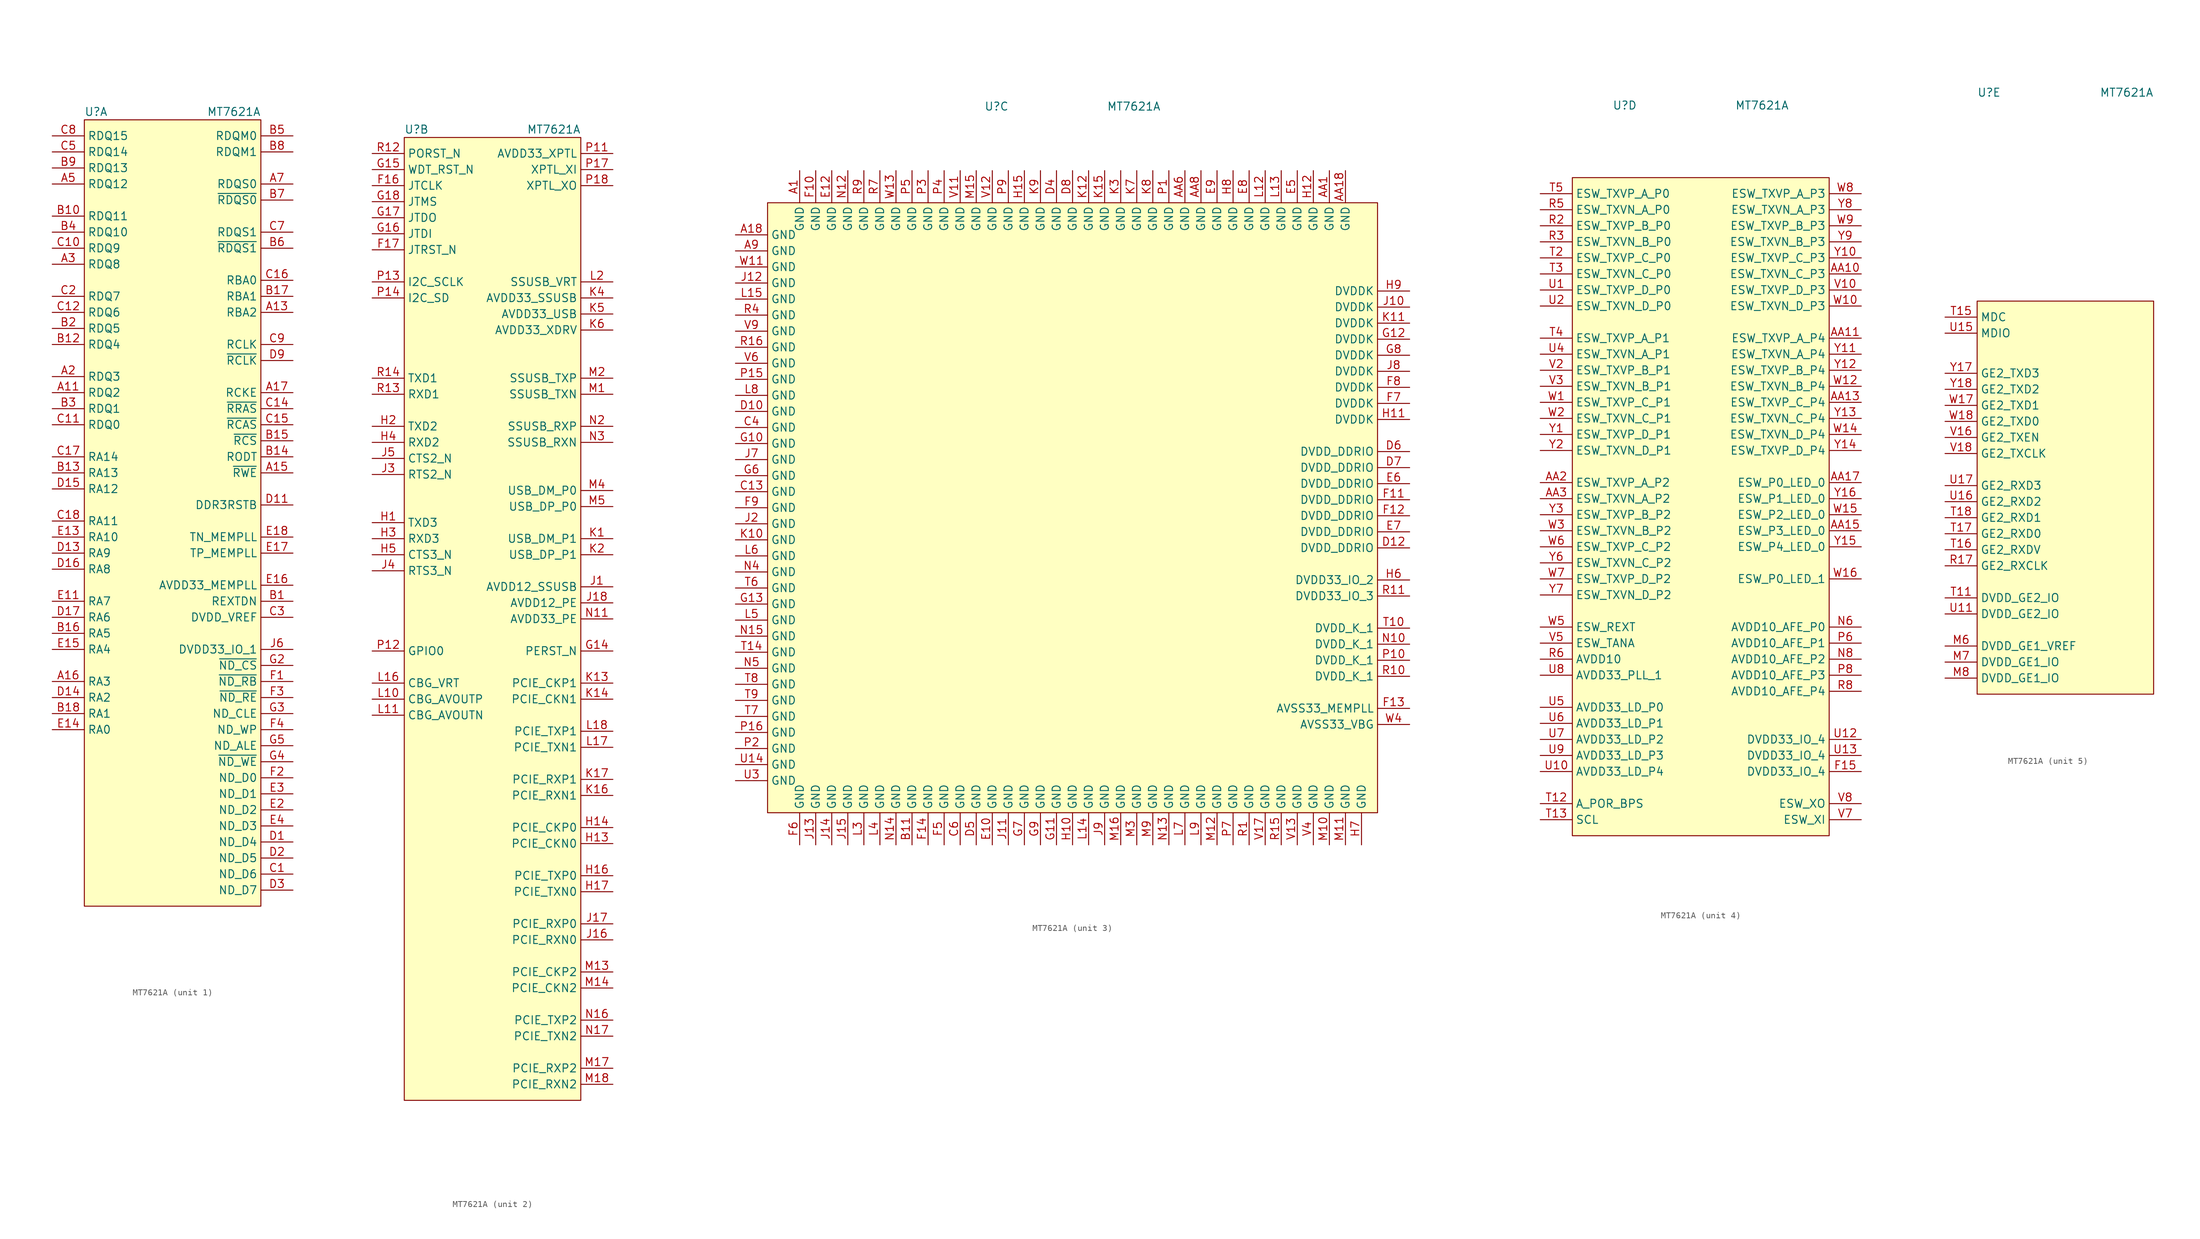
<source format=kicad_sym>
(kicad_symbol_lib
  (version 20231120)
  (generator "kicad_symbol_editor")
  (generator_version "8.0")
  (symbol "MT7621A"
    (property "Reference" "U"
      (at -13.97 63.5 0)
      (effects (font (size 1.27 1.27)) (justify left)))
    (property "Value" "MT7621A"
      (at 13.97 63.5 0)
      (effects (font (size 1.27 1.27)) (justify right)))
    (property "ki_locked" ""
      (at 0 0 0)
      (effects (font (size 1.27 1.27))))
    (symbol "MT7621A_1_1"
      (rectangle (start -13.97 62.23) (end 13.97 -62.23) (stroke (width 0) (type default)) (fill (type background)))
      (pin bidirectional line (at -19.05 19.05 0) (length 5.08) (name "RDQ2" (effects (font (size 1.27 1.27)))) (number "A11" (effects (font (size 1.27 1.27)))))
      (pin output line (at 19.05 31.75 180) (length 5.08) (name "RBA2" (effects (font (size 1.27 1.27)))) (number "A13" (effects (font (size 1.27 1.27)))))
      (pin output line (at 19.05 6.35 180) (length 5.08) (name "~{RWE}" (effects (font (size 1.27 1.27)))) (number "A15" (effects (font (size 1.27 1.27)))))
      (pin output line (at -19.05 -26.67 0) (length 5.08) (name "RA3" (effects (font (size 1.27 1.27)))) (number "A16" (effects (font (size 1.27 1.27)))))
      (pin output line (at 19.05 19.05 180) (length 5.08) (name "RCKE" (effects (font (size 1.27 1.27)))) (number "A17" (effects (font (size 1.27 1.27)))))
      (pin bidirectional line (at -19.05 21.59 0) (length 5.08) (name "RDQ3" (effects (font (size 1.27 1.27)))) (number "A2" (effects (font (size 1.27 1.27)))))
      (pin bidirectional line (at -19.05 39.37 0) (length 5.08) (name "RDQ8" (effects (font (size 1.27 1.27)))) (number "A3" (effects (font (size 1.27 1.27)))))
      (pin bidirectional line (at -19.05 52.07 0) (length 5.08) (name "RDQ12" (effects (font (size 1.27 1.27)))) (number "A5" (effects (font (size 1.27 1.27)))))
      (pin bidirectional line (at 19.05 52.07 180) (length 5.08) (name "RDQS0" (effects (font (size 1.27 1.27)))) (number "A7" (effects (font (size 1.27 1.27)))))
      (pin unspecified line (at 19.05 -13.97 180) (length 5.08) (name "REXTDN" (effects (font (size 1.27 1.27)))) (number "B1" (effects (font (size 1.27 1.27)))))
      (pin output line (at -19.05 46.99 0) (length 5.08) (name "RDQ11" (effects (font (size 1.27 1.27)))) (number "B10" (effects (font (size 1.27 1.27)))))
      (pin bidirectional line (at -19.05 26.67 0) (length 5.08) (name "RDQ4" (effects (font (size 1.27 1.27)))) (number "B12" (effects (font (size 1.27 1.27)))))
      (pin output line (at -19.05 6.35 0) (length 5.08) (name "RA13" (effects (font (size 1.27 1.27)))) (number "B13" (effects (font (size 1.27 1.27)))))
      (pin output line (at 19.05 8.89 180) (length 5.08) (name "RODT" (effects (font (size 1.27 1.27)))) (number "B14" (effects (font (size 1.27 1.27)))))
      (pin output line (at 19.05 11.43 180) (length 5.08) (name "~{RCS}" (effects (font (size 1.27 1.27)))) (number "B15" (effects (font (size 1.27 1.27)))))
      (pin output line (at -19.05 -19.05 0) (length 5.08) (name "RA5" (effects (font (size 1.27 1.27)))) (number "B16" (effects (font (size 1.27 1.27)))))
      (pin output line (at 19.05 34.29 180) (length 5.08) (name "RBA1" (effects (font (size 1.27 1.27)))) (number "B17" (effects (font (size 1.27 1.27)))))
      (pin output line (at -19.05 -31.75 0) (length 5.08) (name "RA1" (effects (font (size 1.27 1.27)))) (number "B18" (effects (font (size 1.27 1.27)))))
      (pin bidirectional line (at -19.05 29.21 0) (length 5.08) (name "RDQ5" (effects (font (size 1.27 1.27)))) (number "B2" (effects (font (size 1.27 1.27)))))
      (pin bidirectional line (at -19.05 16.51 0) (length 5.08) (name "RDQ1" (effects (font (size 1.27 1.27)))) (number "B3" (effects (font (size 1.27 1.27)))))
      (pin bidirectional line (at -19.05 44.45 0) (length 5.08) (name "RDQ10" (effects (font (size 1.27 1.27)))) (number "B4" (effects (font (size 1.27 1.27)))))
      (pin output line (at 19.05 59.69 180) (length 5.08) (name "RDQM0" (effects (font (size 1.27 1.27)))) (number "B5" (effects (font (size 1.27 1.27)))))
      (pin bidirectional line (at 19.05 41.91 180) (length 5.08) (name "~{RDQS1}" (effects (font (size 1.27 1.27)))) (number "B6" (effects (font (size 1.27 1.27)))))
      (pin bidirectional line (at 19.05 49.53 180) (length 5.08) (name "~{RDQS0}" (effects (font (size 1.27 1.27)))) (number "B7" (effects (font (size 1.27 1.27)))))
      (pin output line (at 19.05 57.15 180) (length 5.08) (name "RDQM1" (effects (font (size 1.27 1.27)))) (number "B8" (effects (font (size 1.27 1.27)))))
      (pin bidirectional line (at -19.05 54.61 0) (length 5.08) (name "RDQ13" (effects (font (size 1.27 1.27)))) (number "B9" (effects (font (size 1.27 1.27)))))
      (pin bidirectional line (at 19.05 -57.15 180) (length 5.08) (name "ND_D6" (effects (font (size 1.27 1.27)))) (number "C1" (effects (font (size 1.27 1.27)))))
      (pin bidirectional line (at -19.05 41.91 0) (length 5.08) (name "RDQ9" (effects (font (size 1.27 1.27)))) (number "C10" (effects (font (size 1.27 1.27)))))
      (pin bidirectional line (at -19.05 13.97 0) (length 5.08) (name "RDQ0" (effects (font (size 1.27 1.27)))) (number "C11" (effects (font (size 1.27 1.27)))))
      (pin bidirectional line (at -19.05 31.75 0) (length 5.08) (name "RDQ6" (effects (font (size 1.27 1.27)))) (number "C12" (effects (font (size 1.27 1.27)))))
      (pin output line (at 19.05 16.51 180) (length 5.08) (name "~{RRAS}" (effects (font (size 1.27 1.27)))) (number "C14" (effects (font (size 1.27 1.27)))))
      (pin output line (at 19.05 13.97 180) (length 5.08) (name "~{RCAS}" (effects (font (size 1.27 1.27)))) (number "C15" (effects (font (size 1.27 1.27)))))
      (pin output line (at 19.05 36.83 180) (length 5.08) (name "RBA0" (effects (font (size 1.27 1.27)))) (number "C16" (effects (font (size 1.27 1.27)))))
      (pin output line (at -19.05 8.89 0) (length 5.08) (name "RA14" (effects (font (size 1.27 1.27)))) (number "C17" (effects (font (size 1.27 1.27)))))
      (pin output line (at -19.05 -1.27 0) (length 5.08) (name "RA11" (effects (font (size 1.27 1.27)))) (number "C18" (effects (font (size 1.27 1.27)))))
      (pin bidirectional line (at -19.05 34.29 0) (length 5.08) (name "RDQ7" (effects (font (size 1.27 1.27)))) (number "C2" (effects (font (size 1.27 1.27)))))
      (pin power_in line (at 19.05 -16.51 180) (length 5.08) (name "DVDD_VREF" (effects (font (size 1.27 1.27)))) (number "C3" (effects (font (size 1.27 1.27)))))
      (pin bidirectional line (at -19.05 57.15 0) (length 5.08) (name "RDQ14" (effects (font (size 1.27 1.27)))) (number "C5" (effects (font (size 1.27 1.27)))))
      (pin bidirectional line (at 19.05 44.45 180) (length 5.08) (name "RDQS1" (effects (font (size 1.27 1.27)))) (number "C7" (effects (font (size 1.27 1.27)))))
      (pin bidirectional line (at -19.05 59.69 0) (length 5.08) (name "RDQ15" (effects (font (size 1.27 1.27)))) (number "C8" (effects (font (size 1.27 1.27)))))
      (pin output line (at 19.05 26.67 180) (length 5.08) (name "RCLK" (effects (font (size 1.27 1.27)))) (number "C9" (effects (font (size 1.27 1.27)))))
      (pin bidirectional line (at 19.05 -52.07 180) (length 5.08) (name "ND_D4" (effects (font (size 1.27 1.27)))) (number "D1" (effects (font (size 1.27 1.27)))))
      (pin output line (at 19.05 1.27 180) (length 5.08) (name "DDR3RSTB" (effects (font (size 1.27 1.27)))) (number "D11" (effects (font (size 1.27 1.27)))))
      (pin output line (at -19.05 -6.35 0) (length 5.08) (name "RA9" (effects (font (size 1.27 1.27)))) (number "D13" (effects (font (size 1.27 1.27)))))
      (pin output line (at -19.05 -29.21 0) (length 5.08) (name "RA2" (effects (font (size 1.27 1.27)))) (number "D14" (effects (font (size 1.27 1.27)))))
      (pin output line (at -19.05 3.81 0) (length 5.08) (name "RA12" (effects (font (size 1.27 1.27)))) (number "D15" (effects (font (size 1.27 1.27)))))
      (pin output line (at -19.05 -8.89 0) (length 5.08) (name "RA8" (effects (font (size 1.27 1.27)))) (number "D16" (effects (font (size 1.27 1.27)))))
      (pin output line (at -19.05 -16.51 0) (length 5.08) (name "RA6" (effects (font (size 1.27 1.27)))) (number "D17" (effects (font (size 1.27 1.27)))))
      (pin bidirectional line (at 19.05 -54.61 180) (length 5.08) (name "ND_D5" (effects (font (size 1.27 1.27)))) (number "D2" (effects (font (size 1.27 1.27)))))
      (pin bidirectional line (at 19.05 -59.69 180) (length 5.08) (name "ND_D7" (effects (font (size 1.27 1.27)))) (number "D3" (effects (font (size 1.27 1.27)))))
      (pin output line (at 19.05 24.13 180) (length 5.08) (name "~{RCLK}" (effects (font (size 1.27 1.27)))) (number "D9" (effects (font (size 1.27 1.27)))))
      (pin output line (at -19.05 -13.97 0) (length 5.08) (name "RA7" (effects (font (size 1.27 1.27)))) (number "E11" (effects (font (size 1.27 1.27)))))
      (pin output line (at -19.05 -3.81 0) (length 5.08) (name "RA10" (effects (font (size 1.27 1.27)))) (number "E13" (effects (font (size 1.27 1.27)))))
      (pin output line (at -19.05 -34.29 0) (length 5.08) (name "RA0" (effects (font (size 1.27 1.27)))) (number "E14" (effects (font (size 1.27 1.27)))))
      (pin output line (at -19.05 -21.59 0) (length 5.08) (name "RA4" (effects (font (size 1.27 1.27)))) (number "E15" (effects (font (size 1.27 1.27)))))
      (pin power_in line (at 19.05 -11.43 180) (length 5.08) (name "AVDD33_MEMPLL" (effects (font (size 1.27 1.27)))) (number "E16" (effects (font (size 1.27 1.27)))))
      (pin unspecified line (at 19.05 -6.35 180) (length 5.08) (name "TP_MEMPLL" (effects (font (size 1.27 1.27)))) (number "E17" (effects (font (size 1.27 1.27)))))
      (pin unspecified line (at 19.05 -3.81 180) (length 5.08) (name "TN_MEMPLL" (effects (font (size 1.27 1.27)))) (number "E18" (effects (font (size 1.27 1.27)))))
      (pin bidirectional line (at 19.05 -46.99 180) (length 5.08) (name "ND_D2" (effects (font (size 1.27 1.27)))) (number "E2" (effects (font (size 1.27 1.27)))))
      (pin bidirectional line (at 19.05 -44.45 180) (length 5.08) (name "ND_D1" (effects (font (size 1.27 1.27)))) (number "E3" (effects (font (size 1.27 1.27)))))
      (pin bidirectional line (at 19.05 -49.53 180) (length 5.08) (name "ND_D3" (effects (font (size 1.27 1.27)))) (number "E4" (effects (font (size 1.27 1.27)))))
      (pin input line (at 19.05 -26.67 180) (length 5.08) (name "~{ND_RB}" (effects (font (size 1.27 1.27)))) (number "F1" (effects (font (size 1.27 1.27)))))
      (pin bidirectional line (at 19.05 -41.91 180) (length 5.08) (name "ND_D0" (effects (font (size 1.27 1.27)))) (number "F2" (effects (font (size 1.27 1.27)))))
      (pin output line (at 19.05 -29.21 180) (length 5.08) (name "~{ND_RE}" (effects (font (size 1.27 1.27)))) (number "F3" (effects (font (size 1.27 1.27)))))
      (pin output line (at 19.05 -34.29 180) (length 5.08) (name "ND_WP" (effects (font (size 1.27 1.27)))) (number "F4" (effects (font (size 1.27 1.27)))))
      (pin output line (at 19.05 -24.13 180) (length 5.08) (name "~{ND_CS}" (effects (font (size 1.27 1.27)))) (number "G2" (effects (font (size 1.27 1.27)))))
      (pin output line (at 19.05 -31.75 180) (length 5.08) (name "ND_CLE" (effects (font (size 1.27 1.27)))) (number "G3" (effects (font (size 1.27 1.27)))))
      (pin output line (at 19.05 -39.37 180) (length 5.08) (name "~{ND_WE}" (effects (font (size 1.27 1.27)))) (number "G4" (effects (font (size 1.27 1.27)))))
      (pin output line (at 19.05 -36.83 180) (length 5.08) (name "ND_ALE" (effects (font (size 1.27 1.27)))) (number "G5" (effects (font (size 1.27 1.27)))))
      (pin power_in line (at 19.05 -21.59 180) (length 5.08) (name "DVDD33_IO_1" (effects (font (size 1.27 1.27)))) (number "J6" (effects (font (size 1.27 1.27))))))
    (symbol "MT7621A_2_1"
      (rectangle (start -13.97 62.23) (end 13.97 -90.17) (stroke (width 0) (type default)) (fill (type background)))
      (pin bidirectional line (at -19.05 54.61 0) (length 5.08) (name "JTCLK" (effects (font (size 1.27 1.27)))) (number "F16" (effects (font (size 1.27 1.27)))))
      (pin bidirectional line (at -19.05 44.45 0) (length 5.08) (name "JTRST_N" (effects (font (size 1.27 1.27)))) (number "F17" (effects (font (size 1.27 1.27)))))
      (pin output line (at 19.05 -19.05 180) (length 5.08) (name "PERST_N" (effects (font (size 1.27 1.27)))) (number "G14" (effects (font (size 1.27 1.27)))))
      (pin output line (at -19.05 57.15 0) (length 5.08) (name "WDT_RST_N" (effects (font (size 1.27 1.27)))) (number "G15" (effects (font (size 1.27 1.27)))))
      (pin bidirectional line (at -19.05 46.99 0) (length 5.08) (name "JTDI" (effects (font (size 1.27 1.27)))) (number "G16" (effects (font (size 1.27 1.27)))))
      (pin output line (at -19.05 49.53 0) (length 5.08) (name "JTDO" (effects (font (size 1.27 1.27)))) (number "G17" (effects (font (size 1.27 1.27)))))
      (pin bidirectional line (at -19.05 52.07 0) (length 5.08) (name "JTMS" (effects (font (size 1.27 1.27)))) (number "G18" (effects (font (size 1.27 1.27)))))
      (pin output line (at -19.05 1.27 0) (length 5.08) (name "TXD3" (effects (font (size 1.27 1.27)))) (number "H1" (effects (font (size 1.27 1.27)))))
      (pin output line (at 19.05 -49.53 180) (length 5.08) (name "PCIE_CKN0" (effects (font (size 1.27 1.27)))) (number "H13" (effects (font (size 1.27 1.27)))))
      (pin output line (at 19.05 -46.99 180) (length 5.08) (name "PCIE_CKP0" (effects (font (size 1.27 1.27)))) (number "H14" (effects (font (size 1.27 1.27)))))
      (pin output line (at 19.05 -54.61 180) (length 5.08) (name "PCIE_TXP0" (effects (font (size 1.27 1.27)))) (number "H16" (effects (font (size 1.27 1.27)))))
      (pin output line (at 19.05 -57.15 180) (length 5.08) (name "PCIE_TXN0" (effects (font (size 1.27 1.27)))) (number "H17" (effects (font (size 1.27 1.27)))))
      (pin output line (at -19.05 16.51 0) (length 5.08) (name "TXD2" (effects (font (size 1.27 1.27)))) (number "H2" (effects (font (size 1.27 1.27)))))
      (pin input line (at -19.05 -1.27 0) (length 5.08) (name "RXD3" (effects (font (size 1.27 1.27)))) (number "H3" (effects (font (size 1.27 1.27)))))
      (pin input line (at -19.05 13.97 0) (length 5.08) (name "RXD2" (effects (font (size 1.27 1.27)))) (number "H4" (effects (font (size 1.27 1.27)))))
      (pin input line (at -19.05 -3.81 0) (length 5.08) (name "CTS3_N" (effects (font (size 1.27 1.27)))) (number "H5" (effects (font (size 1.27 1.27)))))
      (pin power_in line (at 19.05 -8.89 180) (length 5.08) (name "AVDD12_SSUSB" (effects (font (size 1.27 1.27)))) (number "J1" (effects (font (size 1.27 1.27)))))
      (pin input line (at 19.05 -64.77 180) (length 5.08) (name "PCIE_RXN0" (effects (font (size 1.27 1.27)))) (number "J16" (effects (font (size 1.27 1.27)))))
      (pin input line (at 19.05 -62.23 180) (length 5.08) (name "PCIE_RXP0" (effects (font (size 1.27 1.27)))) (number "J17" (effects (font (size 1.27 1.27)))))
      (pin power_in line (at 19.05 -11.43 180) (length 5.08) (name "AVDD12_PE" (effects (font (size 1.27 1.27)))) (number "J18" (effects (font (size 1.27 1.27)))))
      (pin output line (at -19.05 8.89 0) (length 5.08) (name "RTS2_N" (effects (font (size 1.27 1.27)))) (number "J3" (effects (font (size 1.27 1.27)))))
      (pin output line (at -19.05 -6.35 0) (length 5.08) (name "RTS3_N" (effects (font (size 1.27 1.27)))) (number "J4" (effects (font (size 1.27 1.27)))))
      (pin input line (at -19.05 11.43 0) (length 5.08) (name "CTS2_N" (effects (font (size 1.27 1.27)))) (number "J5" (effects (font (size 1.27 1.27)))))
      (pin bidirectional line (at 19.05 -1.27 180) (length 5.08) (name "USB_DM_P1" (effects (font (size 1.27 1.27)))) (number "K1" (effects (font (size 1.27 1.27)))))
      (pin output line (at 19.05 -24.13 180) (length 5.08) (name "PCIE_CKP1" (effects (font (size 1.27 1.27)))) (number "K13" (effects (font (size 1.27 1.27)))))
      (pin output line (at 19.05 -26.67 180) (length 5.08) (name "PCIE_CKN1" (effects (font (size 1.27 1.27)))) (number "K14" (effects (font (size 1.27 1.27)))))
      (pin input line (at 19.05 -41.91 180) (length 5.08) (name "PCIE_RXN1" (effects (font (size 1.27 1.27)))) (number "K16" (effects (font (size 1.27 1.27)))))
      (pin input line (at 19.05 -39.37 180) (length 5.08) (name "PCIE_RXP1" (effects (font (size 1.27 1.27)))) (number "K17" (effects (font (size 1.27 1.27)))))
      (pin bidirectional line (at 19.05 -3.81 180) (length 5.08) (name "USB_DP_P1" (effects (font (size 1.27 1.27)))) (number "K2" (effects (font (size 1.27 1.27)))))
      (pin power_in line (at 19.05 36.83 180) (length 5.08) (name "AVDD33_SSUSB" (effects (font (size 1.27 1.27)))) (number "K4" (effects (font (size 1.27 1.27)))))
      (pin power_in line (at 19.05 34.29 180) (length 5.08) (name "AVDD33_USB" (effects (font (size 1.27 1.27)))) (number "K5" (effects (font (size 1.27 1.27)))))
      (pin power_in line (at 19.05 31.75 180) (length 5.08) (name "AVDD33_XDRV" (effects (font (size 1.27 1.27)))) (number "K6" (effects (font (size 1.27 1.27)))))
      (pin unspecified line (at -19.05 -26.67 0) (length 5.08) (name "CBG_AVOUTP" (effects (font (size 1.27 1.27)))) (number "L10" (effects (font (size 1.27 1.27)))))
      (pin unspecified line (at -19.05 -29.21 0) (length 5.08) (name "CBG_AVOUTN" (effects (font (size 1.27 1.27)))) (number "L11" (effects (font (size 1.27 1.27)))))
      (pin unspecified line (at -19.05 -24.13 0) (length 5.08) (name "CBG_VRT" (effects (font (size 1.27 1.27)))) (number "L16" (effects (font (size 1.27 1.27)))))
      (pin output line (at 19.05 -34.29 180) (length 5.08) (name "PCIE_TXN1" (effects (font (size 1.27 1.27)))) (number "L17" (effects (font (size 1.27 1.27)))))
      (pin output line (at 19.05 -31.75 180) (length 5.08) (name "PCIE_TXP1" (effects (font (size 1.27 1.27)))) (number "L18" (effects (font (size 1.27 1.27)))))
      (pin bidirectional line (at 19.05 39.37 180) (length 5.08) (name "SSUSB_VRT" (effects (font (size 1.27 1.27)))) (number "L2" (effects (font (size 1.27 1.27)))))
      (pin bidirectional line (at 19.05 21.59 180) (length 5.08) (name "SSUSB_TXN" (effects (font (size 1.27 1.27)))) (number "M1" (effects (font (size 1.27 1.27)))))
      (pin output line (at 19.05 -69.85 180) (length 5.08) (name "PCIE_CKP2" (effects (font (size 1.27 1.27)))) (number "M13" (effects (font (size 1.27 1.27)))))
      (pin output line (at 19.05 -72.39 180) (length 5.08) (name "PCIE_CKN2" (effects (font (size 1.27 1.27)))) (number "M14" (effects (font (size 1.27 1.27)))))
      (pin input line (at 19.05 -85.09 180) (length 5.08) (name "PCIE_RXP2" (effects (font (size 1.27 1.27)))) (number "M17" (effects (font (size 1.27 1.27)))))
      (pin input line (at 19.05 -87.63 180) (length 5.08) (name "PCIE_RXN2" (effects (font (size 1.27 1.27)))) (number "M18" (effects (font (size 1.27 1.27)))))
      (pin bidirectional line (at 19.05 24.13 180) (length 5.08) (name "SSUSB_TXP" (effects (font (size 1.27 1.27)))) (number "M2" (effects (font (size 1.27 1.27)))))
      (pin bidirectional line (at 19.05 6.35 180) (length 5.08) (name "USB_DM_P0" (effects (font (size 1.27 1.27)))) (number "M4" (effects (font (size 1.27 1.27)))))
      (pin bidirectional line (at 19.05 3.81 180) (length 5.08) (name "USB_DP_P0" (effects (font (size 1.27 1.27)))) (number "M5" (effects (font (size 1.27 1.27)))))
      (pin power_in line (at 19.05 -13.97 180) (length 5.08) (name "AVDD33_PE" (effects (font (size 1.27 1.27)))) (number "N11" (effects (font (size 1.27 1.27)))))
      (pin output line (at 19.05 -77.47 180) (length 5.08) (name "PCIE_TXP2" (effects (font (size 1.27 1.27)))) (number "N16" (effects (font (size 1.27 1.27)))))
      (pin output line (at 19.05 -80.01 180) (length 5.08) (name "PCIE_TXN2" (effects (font (size 1.27 1.27)))) (number "N17" (effects (font (size 1.27 1.27)))))
      (pin bidirectional line (at 19.05 16.51 180) (length 5.08) (name "SSUSB_RXP" (effects (font (size 1.27 1.27)))) (number "N2" (effects (font (size 1.27 1.27)))))
      (pin bidirectional line (at 19.05 13.97 180) (length 5.08) (name "SSUSB_RXN" (effects (font (size 1.27 1.27)))) (number "N3" (effects (font (size 1.27 1.27)))))
      (pin power_in line (at 19.05 59.69 180) (length 5.08) (name "AVDD33_XPTL" (effects (font (size 1.27 1.27)))) (number "P11" (effects (font (size 1.27 1.27)))))
      (pin output line (at -19.05 -19.05 0) (length 5.08) (name "GPIO0" (effects (font (size 1.27 1.27)))) (number "P12" (effects (font (size 1.27 1.27)))))
      (pin bidirectional line (at -19.05 39.37 0) (length 5.08) (name "I2C_SCLK" (effects (font (size 1.27 1.27)))) (number "P13" (effects (font (size 1.27 1.27)))))
      (pin output line (at -19.05 36.83 0) (length 5.08) (name "I2C_SD" (effects (font (size 1.27 1.27)))) (number "P14" (effects (font (size 1.27 1.27)))))
      (pin input line (at 19.05 57.15 180) (length 5.08) (name "XPTL_XI" (effects (font (size 1.27 1.27)))) (number "P17" (effects (font (size 1.27 1.27)))))
      (pin input line (at 19.05 54.61 180) (length 5.08) (name "XPTL_XO" (effects (font (size 1.27 1.27)))) (number "P18" (effects (font (size 1.27 1.27)))))
      (pin input line (at -19.05 59.69 0) (length 5.08) (name "PORST_N" (effects (font (size 1.27 1.27)))) (number "R12" (effects (font (size 1.27 1.27)))))
      (pin input line (at -19.05 21.59 0) (length 5.08) (name "RXD1" (effects (font (size 1.27 1.27)))) (number "R13" (effects (font (size 1.27 1.27)))))
      (pin output line (at -19.05 24.13 0) (length 5.08) (name "TXD1" (effects (font (size 1.27 1.27)))) (number "R14" (effects (font (size 1.27 1.27))))))
    (symbol "MT7621A_3_1"
      (rectangle (start -48.26 48.26) (end 48.26 -48.26) (stroke (width 0) (type default)) (fill (type background)))
      (pin power_in line (at -43.18 53.34 270) (length 5.08) (name "GND" (effects (font (size 1.27 1.27)))) (number "A1" (effects (font (size 1.27 1.27)))))
      (pin power_in line (at -53.34 43.18 0) (length 5.08) (name "GND" (effects (font (size 1.27 1.27)))) (number "A18" (effects (font (size 1.27 1.27)))))
      (pin power_in line (at -53.34 40.64 0) (length 5.08) (name "GND" (effects (font (size 1.27 1.27)))) (number "A9" (effects (font (size 1.27 1.27)))))
      (pin power_in line (at 40.64 53.34 270) (length 5.08) (name "GND" (effects (font (size 1.27 1.27)))) (number "AA1" (effects (font (size 1.27 1.27)))))
      (pin power_in line (at 43.18 53.34 270) (length 5.08) (name "GND" (effects (font (size 1.27 1.27)))) (number "AA18" (effects (font (size 1.27 1.27)))))
      (pin power_in line (at 17.78 53.34 270) (length 5.08) (name "GND" (effects (font (size 1.27 1.27)))) (number "AA6" (effects (font (size 1.27 1.27)))))
      (pin power_in line (at 20.32 53.34 270) (length 5.08) (name "GND" (effects (font (size 1.27 1.27)))) (number "AA8" (effects (font (size 1.27 1.27)))))
      (pin power_in line (at -25.4 -53.34 90) (length 5.08) (name "GND" (effects (font (size 1.27 1.27)))) (number "B11" (effects (font (size 1.27 1.27)))))
      (pin power_in line (at -53.34 2.54 0) (length 5.08) (name "GND" (effects (font (size 1.27 1.27)))) (number "C13" (effects (font (size 1.27 1.27)))))
      (pin power_in line (at -53.34 12.7 0) (length 5.08) (name "GND" (effects (font (size 1.27 1.27)))) (number "C4" (effects (font (size 1.27 1.27)))))
      (pin power_in line (at -17.78 -53.34 90) (length 5.08) (name "GND" (effects (font (size 1.27 1.27)))) (number "C6" (effects (font (size 1.27 1.27)))))
      (pin power_in line (at -53.34 15.24 0) (length 5.08) (name "GND" (effects (font (size 1.27 1.27)))) (number "D10" (effects (font (size 1.27 1.27)))))
      (pin power_in line (at 53.34 -6.35 180) (length 5.08) (name "DVDD_DDRIO" (effects (font (size 1.27 1.27)))) (number "D12" (effects (font (size 1.27 1.27)))))
      (pin power_in line (at -2.54 53.34 270) (length 5.08) (name "GND" (effects (font (size 1.27 1.27)))) (number "D4" (effects (font (size 1.27 1.27)))))
      (pin power_in line (at -15.24 -53.34 90) (length 5.08) (name "GND" (effects (font (size 1.27 1.27)))) (number "D5" (effects (font (size 1.27 1.27)))))
      (pin power_in line (at 53.34 8.89 180) (length 5.08) (name "DVDD_DDRIO" (effects (font (size 1.27 1.27)))) (number "D6" (effects (font (size 1.27 1.27)))))
      (pin power_in line (at 53.34 6.35 180) (length 5.08) (name "DVDD_DDRIO" (effects (font (size 1.27 1.27)))) (number "D7" (effects (font (size 1.27 1.27)))))
      (pin power_in line (at 0 53.34 270) (length 5.08) (name "GND" (effects (font (size 1.27 1.27)))) (number "D8" (effects (font (size 1.27 1.27)))))
      (pin power_in line (at -12.7 -53.34 90) (length 5.08) (name "GND" (effects (font (size 1.27 1.27)))) (number "E10" (effects (font (size 1.27 1.27)))))
      (pin power_in line (at -38.1 53.34 270) (length 5.08) (name "GND" (effects (font (size 1.27 1.27)))) (number "E12" (effects (font (size 1.27 1.27)))))
      (pin power_in line (at 35.56 53.34 270) (length 5.08) (name "GND" (effects (font (size 1.27 1.27)))) (number "E5" (effects (font (size 1.27 1.27)))))
      (pin power_in line (at 53.34 3.81 180) (length 5.08) (name "DVDD_DDRIO" (effects (font (size 1.27 1.27)))) (number "E6" (effects (font (size 1.27 1.27)))))
      (pin power_in line (at 53.34 -3.81 180) (length 5.08) (name "DVDD_DDRIO" (effects (font (size 1.27 1.27)))) (number "E7" (effects (font (size 1.27 1.27)))))
      (pin power_in line (at 27.94 53.34 270) (length 5.08) (name "GND" (effects (font (size 1.27 1.27)))) (number "E8" (effects (font (size 1.27 1.27)))))
      (pin power_in line (at 22.86 53.34 270) (length 5.08) (name "GND" (effects (font (size 1.27 1.27)))) (number "E9" (effects (font (size 1.27 1.27)))))
      (pin power_in line (at -40.64 53.34 270) (length 5.08) (name "GND" (effects (font (size 1.27 1.27)))) (number "F10" (effects (font (size 1.27 1.27)))))
      (pin power_in line (at 53.34 1.27 180) (length 5.08) (name "DVDD_DDRIO" (effects (font (size 1.27 1.27)))) (number "F11" (effects (font (size 1.27 1.27)))))
      (pin power_in line (at 53.34 -1.27 180) (length 5.08) (name "DVDD_DDRIO" (effects (font (size 1.27 1.27)))) (number "F12" (effects (font (size 1.27 1.27)))))
      (pin power_in line (at 53.34 -31.75 180) (length 5.08) (name "AVSS33_MEMPLL" (effects (font (size 1.27 1.27)))) (number "F13" (effects (font (size 1.27 1.27)))))
      (pin power_in line (at -22.86 -53.34 90) (length 5.08) (name "GND" (effects (font (size 1.27 1.27)))) (number "F14" (effects (font (size 1.27 1.27)))))
      (pin power_in line (at -20.32 -53.34 90) (length 5.08) (name "GND" (effects (font (size 1.27 1.27)))) (number "F5" (effects (font (size 1.27 1.27)))))
      (pin power_in line (at -43.18 -53.34 90) (length 5.08) (name "GND" (effects (font (size 1.27 1.27)))) (number "F6" (effects (font (size 1.27 1.27)))))
      (pin power_in line (at 53.34 16.51 180) (length 5.08) (name "DVDDK" (effects (font (size 1.27 1.27)))) (number "F7" (effects (font (size 1.27 1.27)))))
      (pin power_in line (at 53.34 19.05 180) (length 5.08) (name "DVDDK" (effects (font (size 1.27 1.27)))) (number "F8" (effects (font (size 1.27 1.27)))))
      (pin power_in line (at -53.34 0 0) (length 5.08) (name "GND" (effects (font (size 1.27 1.27)))) (number "F9" (effects (font (size 1.27 1.27)))))
      (pin power_in line (at -53.34 10.16 0) (length 5.08) (name "GND" (effects (font (size 1.27 1.27)))) (number "G10" (effects (font (size 1.27 1.27)))))
      (pin power_in line (at -2.54 -53.34 90) (length 5.08) (name "GND" (effects (font (size 1.27 1.27)))) (number "G11" (effects (font (size 1.27 1.27)))))
      (pin power_in line (at 53.34 26.67 180) (length 5.08) (name "DVDDK" (effects (font (size 1.27 1.27)))) (number "G12" (effects (font (size 1.27 1.27)))))
      (pin power_in line (at -53.34 -15.24 0) (length 5.08) (name "GND" (effects (font (size 1.27 1.27)))) (number "G13" (effects (font (size 1.27 1.27)))))
      (pin power_in line (at -53.34 5.08 0) (length 5.08) (name "GND" (effects (font (size 1.27 1.27)))) (number "G6" (effects (font (size 1.27 1.27)))))
      (pin power_in line (at -7.62 -53.34 90) (length 5.08) (name "GND" (effects (font (size 1.27 1.27)))) (number "G7" (effects (font (size 1.27 1.27)))))
      (pin power_in line (at 53.34 24.13 180) (length 5.08) (name "DVDDK" (effects (font (size 1.27 1.27)))) (number "G8" (effects (font (size 1.27 1.27)))))
      (pin power_in line (at -5.08 -53.34 90) (length 5.08) (name "GND" (effects (font (size 1.27 1.27)))) (number "G9" (effects (font (size 1.27 1.27)))))
      (pin power_in line (at 0 -53.34 90) (length 5.08) (name "GND" (effects (font (size 1.27 1.27)))) (number "H10" (effects (font (size 1.27 1.27)))))
      (pin power_in line (at 53.34 13.97 180) (length 5.08) (name "DVDDK" (effects (font (size 1.27 1.27)))) (number "H11" (effects (font (size 1.27 1.27)))))
      (pin power_in line (at 38.1 53.34 270) (length 5.08) (name "GND" (effects (font (size 1.27 1.27)))) (number "H12" (effects (font (size 1.27 1.27)))))
      (pin power_in line (at -7.62 53.34 270) (length 5.08) (name "GND" (effects (font (size 1.27 1.27)))) (number "H15" (effects (font (size 1.27 1.27)))))
      (pin power_in line (at 53.34 -11.43 180) (length 5.08) (name "DVDD33_IO_2" (effects (font (size 1.27 1.27)))) (number "H6" (effects (font (size 1.27 1.27)))))
      (pin power_in line (at 45.72 -53.34 90) (length 5.08) (name "GND" (effects (font (size 1.27 1.27)))) (number "H7" (effects (font (size 1.27 1.27)))))
      (pin power_in line (at 25.4 53.34 270) (length 5.08) (name "GND" (effects (font (size 1.27 1.27)))) (number "H8" (effects (font (size 1.27 1.27)))))
      (pin power_in line (at 53.34 34.29 180) (length 5.08) (name "DVDDK" (effects (font (size 1.27 1.27)))) (number "H9" (effects (font (size 1.27 1.27)))))
      (pin power_in line (at 53.34 31.75 180) (length 5.08) (name "DVDDK" (effects (font (size 1.27 1.27)))) (number "J10" (effects (font (size 1.27 1.27)))))
      (pin power_in line (at -10.16 -53.34 90) (length 5.08) (name "GND" (effects (font (size 1.27 1.27)))) (number "J11" (effects (font (size 1.27 1.27)))))
      (pin power_in line (at -53.34 35.56 0) (length 5.08) (name "GND" (effects (font (size 1.27 1.27)))) (number "J12" (effects (font (size 1.27 1.27)))))
      (pin power_in line (at -40.64 -53.34 90) (length 5.08) (name "GND" (effects (font (size 1.27 1.27)))) (number "J13" (effects (font (size 1.27 1.27)))))
      (pin power_in line (at -38.1 -53.34 90) (length 5.08) (name "GND" (effects (font (size 1.27 1.27)))) (number "J14" (effects (font (size 1.27 1.27)))))
      (pin power_in line (at -35.56 -53.34 90) (length 5.08) (name "GND" (effects (font (size 1.27 1.27)))) (number "J15" (effects (font (size 1.27 1.27)))))
      (pin power_in line (at -53.34 -2.54 0) (length 5.08) (name "GND" (effects (font (size 1.27 1.27)))) (number "J2" (effects (font (size 1.27 1.27)))))
      (pin power_in line (at -53.34 7.62 0) (length 5.08) (name "GND" (effects (font (size 1.27 1.27)))) (number "J7" (effects (font (size 1.27 1.27)))))
      (pin power_in line (at 53.34 21.59 180) (length 5.08) (name "DVDDK" (effects (font (size 1.27 1.27)))) (number "J8" (effects (font (size 1.27 1.27)))))
      (pin power_in line (at 5.08 -53.34 90) (length 5.08) (name "GND" (effects (font (size 1.27 1.27)))) (number "J9" (effects (font (size 1.27 1.27)))))
      (pin power_in line (at -53.34 -5.08 0) (length 5.08) (name "GND" (effects (font (size 1.27 1.27)))) (number "K10" (effects (font (size 1.27 1.27)))))
      (pin power_in line (at 53.34 29.21 180) (length 5.08) (name "DVDDK" (effects (font (size 1.27 1.27)))) (number "K11" (effects (font (size 1.27 1.27)))))
      (pin power_in line (at 2.54 53.34 270) (length 5.08) (name "GND" (effects (font (size 1.27 1.27)))) (number "K12" (effects (font (size 1.27 1.27)))))
      (pin power_in line (at 5.08 53.34 270) (length 5.08) (name "GND" (effects (font (size 1.27 1.27)))) (number "K15" (effects (font (size 1.27 1.27)))))
      (pin power_in line (at 7.62 53.34 270) (length 5.08) (name "GND" (effects (font (size 1.27 1.27)))) (number "K3" (effects (font (size 1.27 1.27)))))
      (pin power_in line (at 10.16 53.34 270) (length 5.08) (name "GND" (effects (font (size 1.27 1.27)))) (number "K7" (effects (font (size 1.27 1.27)))))
      (pin power_in line (at 12.7 53.34 270) (length 5.08) (name "GND" (effects (font (size 1.27 1.27)))) (number "K8" (effects (font (size 1.27 1.27)))))
      (pin power_in line (at -5.08 53.34 270) (length 5.08) (name "GND" (effects (font (size 1.27 1.27)))) (number "K9" (effects (font (size 1.27 1.27)))))
      (pin power_in line (at 30.48 53.34 270) (length 5.08) (name "GND" (effects (font (size 1.27 1.27)))) (number "L12" (effects (font (size 1.27 1.27)))))
      (pin power_in line (at 33.02 53.34 270) (length 5.08) (name "GND" (effects (font (size 1.27 1.27)))) (number "L13" (effects (font (size 1.27 1.27)))))
      (pin power_in line (at 2.54 -53.34 90) (length 5.08) (name "GND" (effects (font (size 1.27 1.27)))) (number "L14" (effects (font (size 1.27 1.27)))))
      (pin power_in line (at -53.34 33.02 0) (length 5.08) (name "GND" (effects (font (size 1.27 1.27)))) (number "L15" (effects (font (size 1.27 1.27)))))
      (pin power_in line (at -33.02 -53.34 90) (length 5.08) (name "GND" (effects (font (size 1.27 1.27)))) (number "L3" (effects (font (size 1.27 1.27)))))
      (pin power_in line (at -30.48 -53.34 90) (length 5.08) (name "GND" (effects (font (size 1.27 1.27)))) (number "L4" (effects (font (size 1.27 1.27)))))
      (pin power_in line (at -53.34 -17.78 0) (length 5.08) (name "GND" (effects (font (size 1.27 1.27)))) (number "L5" (effects (font (size 1.27 1.27)))))
      (pin power_in line (at -53.34 -7.62 0) (length 5.08) (name "GND" (effects (font (size 1.27 1.27)))) (number "L6" (effects (font (size 1.27 1.27)))))
      (pin power_in line (at 17.78 -53.34 90) (length 5.08) (name "GND" (effects (font (size 1.27 1.27)))) (number "L7" (effects (font (size 1.27 1.27)))))
      (pin power_in line (at -53.34 17.78 0) (length 5.08) (name "GND" (effects (font (size 1.27 1.27)))) (number "L8" (effects (font (size 1.27 1.27)))))
      (pin power_in line (at 20.32 -53.34 90) (length 5.08) (name "GND" (effects (font (size 1.27 1.27)))) (number "L9" (effects (font (size 1.27 1.27)))))
      (pin power_in line (at 40.64 -53.34 90) (length 5.08) (name "GND" (effects (font (size 1.27 1.27)))) (number "M10" (effects (font (size 1.27 1.27)))))
      (pin power_in line (at 43.18 -53.34 90) (length 5.08) (name "GND" (effects (font (size 1.27 1.27)))) (number "M11" (effects (font (size 1.27 1.27)))))
      (pin power_in line (at 22.86 -53.34 90) (length 5.08) (name "GND" (effects (font (size 1.27 1.27)))) (number "M12" (effects (font (size 1.27 1.27)))))
      (pin power_in line (at -15.24 53.34 270) (length 5.08) (name "GND" (effects (font (size 1.27 1.27)))) (number "M15" (effects (font (size 1.27 1.27)))))
      (pin power_in line (at 7.62 -53.34 90) (length 5.08) (name "GND" (effects (font (size 1.27 1.27)))) (number "M16" (effects (font (size 1.27 1.27)))))
      (pin power_in line (at 10.16 -53.34 90) (length 5.08) (name "GND" (effects (font (size 1.27 1.27)))) (number "M3" (effects (font (size 1.27 1.27)))))
      (pin power_in line (at 12.7 -53.34 90) (length 5.08) (name "GND" (effects (font (size 1.27 1.27)))) (number "M9" (effects (font (size 1.27 1.27)))))
      (pin power_in line (at 53.34 -21.59 180) (length 5.08) (name "DVDD_K_1" (effects (font (size 1.27 1.27)))) (number "N10" (effects (font (size 1.27 1.27)))))
      (pin power_in line (at -35.56 53.34 270) (length 5.08) (name "GND" (effects (font (size 1.27 1.27)))) (number "N12" (effects (font (size 1.27 1.27)))))
      (pin power_in line (at 15.24 -53.34 90) (length 5.08) (name "GND" (effects (font (size 1.27 1.27)))) (number "N13" (effects (font (size 1.27 1.27)))))
      (pin power_in line (at -27.94 -53.34 90) (length 5.08) (name "GND" (effects (font (size 1.27 1.27)))) (number "N14" (effects (font (size 1.27 1.27)))))
      (pin power_in line (at -53.34 -20.32 0) (length 5.08) (name "GND" (effects (font (size 1.27 1.27)))) (number "N15" (effects (font (size 1.27 1.27)))))
      (pin power_in line (at -53.34 -10.16 0) (length 5.08) (name "GND" (effects (font (size 1.27 1.27)))) (number "N4" (effects (font (size 1.27 1.27)))))
      (pin power_in line (at -53.34 -25.4 0) (length 5.08) (name "GND" (effects (font (size 1.27 1.27)))) (number "N5" (effects (font (size 1.27 1.27)))))
      (pin power_in line (at 15.24 53.34 270) (length 5.08) (name "GND" (effects (font (size 1.27 1.27)))) (number "P1" (effects (font (size 1.27 1.27)))))
      (pin power_in line (at 53.34 -24.13 180) (length 5.08) (name "DVDD_K_1" (effects (font (size 1.27 1.27)))) (number "P10" (effects (font (size 1.27 1.27)))))
      (pin power_in line (at -53.34 20.32 0) (length 5.08) (name "GND" (effects (font (size 1.27 1.27)))) (number "P15" (effects (font (size 1.27 1.27)))))
      (pin power_in line (at -53.34 -35.56 0) (length 5.08) (name "GND" (effects (font (size 1.27 1.27)))) (number "P16" (effects (font (size 1.27 1.27)))))
      (pin power_in line (at -53.34 -38.1 0) (length 5.08) (name "GND" (effects (font (size 1.27 1.27)))) (number "P2" (effects (font (size 1.27 1.27)))))
      (pin power_in line (at -22.86 53.34 270) (length 5.08) (name "GND" (effects (font (size 1.27 1.27)))) (number "P3" (effects (font (size 1.27 1.27)))))
      (pin power_in line (at -20.32 53.34 270) (length 5.08) (name "GND" (effects (font (size 1.27 1.27)))) (number "P4" (effects (font (size 1.27 1.27)))))
      (pin power_in line (at -25.4 53.34 270) (length 5.08) (name "GND" (effects (font (size 1.27 1.27)))) (number "P5" (effects (font (size 1.27 1.27)))))
      (pin power_in line (at 25.4 -53.34 90) (length 5.08) (name "GND" (effects (font (size 1.27 1.27)))) (number "P7" (effects (font (size 1.27 1.27)))))
      (pin power_in line (at -10.16 53.34 270) (length 5.08) (name "GND" (effects (font (size 1.27 1.27)))) (number "P9" (effects (font (size 1.27 1.27)))))
      (pin power_in line (at 27.94 -53.34 90) (length 5.08) (name "GND" (effects (font (size 1.27 1.27)))) (number "R1" (effects (font (size 1.27 1.27)))))
      (pin power_in line (at 53.34 -26.67 180) (length 5.08) (name "DVDD_K_1" (effects (font (size 1.27 1.27)))) (number "R10" (effects (font (size 1.27 1.27)))))
      (pin power_in line (at 53.34 -13.97 180) (length 5.08) (name "DVDD33_IO_3" (effects (font (size 1.27 1.27)))) (number "R11" (effects (font (size 1.27 1.27)))))
      (pin power_in line (at 33.02 -53.34 90) (length 5.08) (name "GND" (effects (font (size 1.27 1.27)))) (number "R15" (effects (font (size 1.27 1.27)))))
      (pin power_in line (at -53.34 25.4 0) (length 5.08) (name "GND" (effects (font (size 1.27 1.27)))) (number "R16" (effects (font (size 1.27 1.27)))))
      (pin power_in line (at -53.34 30.48 0) (length 5.08) (name "GND" (effects (font (size 1.27 1.27)))) (number "R4" (effects (font (size 1.27 1.27)))))
      (pin power_in line (at -30.48 53.34 270) (length 5.08) (name "GND" (effects (font (size 1.27 1.27)))) (number "R7" (effects (font (size 1.27 1.27)))))
      (pin power_in line (at -33.02 53.34 270) (length 5.08) (name "GND" (effects (font (size 1.27 1.27)))) (number "R9" (effects (font (size 1.27 1.27)))))
      (pin power_in line (at 53.34 -19.05 180) (length 5.08) (name "DVDD_K_1" (effects (font (size 1.27 1.27)))) (number "T10" (effects (font (size 1.27 1.27)))))
      (pin power_in line (at -53.34 -22.86 0) (length 5.08) (name "GND" (effects (font (size 1.27 1.27)))) (number "T14" (effects (font (size 1.27 1.27)))))
      (pin power_in line (at -53.34 -12.7 0) (length 5.08) (name "GND" (effects (font (size 1.27 1.27)))) (number "T6" (effects (font (size 1.27 1.27)))))
      (pin power_in line (at -53.34 -33.02 0) (length 5.08) (name "GND" (effects (font (size 1.27 1.27)))) (number "T7" (effects (font (size 1.27 1.27)))))
      (pin power_in line (at -53.34 -27.94 0) (length 5.08) (name "GND" (effects (font (size 1.27 1.27)))) (number "T8" (effects (font (size 1.27 1.27)))))
      (pin power_in line (at -53.34 -30.48 0) (length 5.08) (name "GND" (effects (font (size 1.27 1.27)))) (number "T9" (effects (font (size 1.27 1.27)))))
      (pin power_in line (at -53.34 -40.64 0) (length 5.08) (name "GND" (effects (font (size 1.27 1.27)))) (number "U14" (effects (font (size 1.27 1.27)))))
      (pin power_in line (at -53.34 -43.18 0) (length 5.08) (name "GND" (effects (font (size 1.27 1.27)))) (number "U3" (effects (font (size 1.27 1.27)))))
      (pin power_in line (at -17.78 53.34 270) (length 5.08) (name "GND" (effects (font (size 1.27 1.27)))) (number "V11" (effects (font (size 1.27 1.27)))))
      (pin power_in line (at -12.7 53.34 270) (length 5.08) (name "GND" (effects (font (size 1.27 1.27)))) (number "V12" (effects (font (size 1.27 1.27)))))
      (pin power_in line (at 35.56 -53.34 90) (length 5.08) (name "GND" (effects (font (size 1.27 1.27)))) (number "V13" (effects (font (size 1.27 1.27)))))
      (pin power_in line (at 30.48 -53.34 90) (length 5.08) (name "GND" (effects (font (size 1.27 1.27)))) (number "V17" (effects (font (size 1.27 1.27)))))
      (pin power_in line (at 38.1 -53.34 90) (length 5.08) (name "GND" (effects (font (size 1.27 1.27)))) (number "V4" (effects (font (size 1.27 1.27)))))
      (pin power_in line (at -53.34 22.86 0) (length 5.08) (name "GND" (effects (font (size 1.27 1.27)))) (number "V6" (effects (font (size 1.27 1.27)))))
      (pin power_in line (at -53.34 27.94 0) (length 5.08) (name "GND" (effects (font (size 1.27 1.27)))) (number "V9" (effects (font (size 1.27 1.27)))))
      (pin power_in line (at -53.34 38.1 0) (length 5.08) (name "GND" (effects (font (size 1.27 1.27)))) (number "W11" (effects (font (size 1.27 1.27)))))
      (pin power_in line (at -27.94 53.34 270) (length 5.08) (name "GND" (effects (font (size 1.27 1.27)))) (number "W13" (effects (font (size 1.27 1.27)))))
      (pin power_in line (at 53.34 -34.29 180) (length 5.08) (name "AVSS33_VBG" (effects (font (size 1.27 1.27)))) (number "W4" (effects (font (size 1.27 1.27))))))
    (symbol "MT7621A_4_1"
      (rectangle (start -20.32 52.07) (end 20.32 -52.07) (stroke (width 0) (type default)) (fill (type background)))
      (pin unspecified line (at 25.4 36.83 180) (length 5.08) (name "ESW_TXVN_C_P3" (effects (font (size 1.27 1.27)))) (number "AA10" (effects (font (size 1.27 1.27)))))
      (pin unspecified line (at 25.4 26.67 180) (length 5.08) (name "ESW_TXVP_A_P4" (effects (font (size 1.27 1.27)))) (number "AA11" (effects (font (size 1.27 1.27)))))
      (pin unspecified line (at 25.4 16.51 180) (length 5.08) (name "ESW_TXVP_C_P4" (effects (font (size 1.27 1.27)))) (number "AA13" (effects (font (size 1.27 1.27)))))
      (pin bidirectional line (at 25.4 -3.81 180) (length 5.08) (name "ESW_P3_LED_0" (effects (font (size 1.27 1.27)))) (number "AA15" (effects (font (size 1.27 1.27)))))
      (pin bidirectional line (at 25.4 3.81 180) (length 5.08) (name "ESW_P0_LED_0" (effects (font (size 1.27 1.27)))) (number "AA17" (effects (font (size 1.27 1.27)))))
      (pin unspecified line (at -25.4 3.81 0) (length 5.08) (name "ESW_TXVP_A_P2" (effects (font (size 1.27 1.27)))) (number "AA2" (effects (font (size 1.27 1.27)))))
      (pin unspecified line (at -25.4 1.27 0) (length 5.08) (name "ESW_TXVN_A_P2" (effects (font (size 1.27 1.27)))) (number "AA3" (effects (font (size 1.27 1.27)))))
      (pin power_in line (at 25.4 -41.91 180) (length 5.08) (name "DVDD33_IO_4" (effects (font (size 1.27 1.27)))) (number "F15" (effects (font (size 1.27 1.27)))))
      (pin power_in line (at 25.4 -19.05 180) (length 5.08) (name "AVDD10_AFE_P0" (effects (font (size 1.27 1.27)))) (number "N6" (effects (font (size 1.27 1.27)))))
      (pin power_in line (at 25.4 -24.13 180) (length 5.08) (name "AVDD10_AFE_P2" (effects (font (size 1.27 1.27)))) (number "N8" (effects (font (size 1.27 1.27)))))
      (pin power_in line (at 25.4 -21.59 180) (length 5.08) (name "AVDD10_AFE_P1" (effects (font (size 1.27 1.27)))) (number "P6" (effects (font (size 1.27 1.27)))))
      (pin power_in line (at 25.4 -26.67 180) (length 5.08) (name "AVDD10_AFE_P3" (effects (font (size 1.27 1.27)))) (number "P8" (effects (font (size 1.27 1.27)))))
      (pin unspecified line (at -25.4 44.45 0) (length 5.08) (name "ESW_TXVP_B_P0" (effects (font (size 1.27 1.27)))) (number "R2" (effects (font (size 1.27 1.27)))))
      (pin unspecified line (at -25.4 41.91 0) (length 5.08) (name "ESW_TXVN_B_P0" (effects (font (size 1.27 1.27)))) (number "R3" (effects (font (size 1.27 1.27)))))
      (pin unspecified line (at -25.4 46.99 0) (length 5.08) (name "ESW_TXVN_A_P0" (effects (font (size 1.27 1.27)))) (number "R5" (effects (font (size 1.27 1.27)))))
      (pin power_in line (at -25.4 -24.13 0) (length 5.08) (name "AVDD10" (effects (font (size 1.27 1.27)))) (number "R6" (effects (font (size 1.27 1.27)))))
      (pin power_in line (at 25.4 -29.21 180) (length 5.08) (name "AVDD10_AFE_P4" (effects (font (size 1.27 1.27)))) (number "R8" (effects (font (size 1.27 1.27)))))
      (pin input line (at -25.4 -46.99 0) (length 5.08) (name "A_POR_BPS" (effects (font (size 1.27 1.27)))) (number "T12" (effects (font (size 1.27 1.27)))))
      (pin bidirectional line (at -25.4 -49.53 0) (length 5.08) (name "SCL" (effects (font (size 1.27 1.27)))) (number "T13" (effects (font (size 1.27 1.27)))))
      (pin unspecified line (at -25.4 39.37 0) (length 5.08) (name "ESW_TXVP_C_P0" (effects (font (size 1.27 1.27)))) (number "T2" (effects (font (size 1.27 1.27)))))
      (pin unspecified line (at -25.4 36.83 0) (length 5.08) (name "ESW_TXVN_C_P0" (effects (font (size 1.27 1.27)))) (number "T3" (effects (font (size 1.27 1.27)))))
      (pin unspecified line (at -25.4 26.67 0) (length 5.08) (name "ESW_TXVP_A_P1" (effects (font (size 1.27 1.27)))) (number "T4" (effects (font (size 1.27 1.27)))))
      (pin unspecified line (at -25.4 49.53 0) (length 5.08) (name "ESW_TXVP_A_P0" (effects (font (size 1.27 1.27)))) (number "T5" (effects (font (size 1.27 1.27)))))
      (pin unspecified line (at -25.4 34.29 0) (length 5.08) (name "ESW_TXVP_D_P0" (effects (font (size 1.27 1.27)))) (number "U1" (effects (font (size 1.27 1.27)))))
      (pin power_in line (at -25.4 -41.91 0) (length 5.08) (name "AVDD33_LD_P4" (effects (font (size 1.27 1.27)))) (number "U10" (effects (font (size 1.27 1.27)))))
      (pin power_in line (at 25.4 -36.83 180) (length 5.08) (name "DVDD33_IO_4" (effects (font (size 1.27 1.27)))) (number "U12" (effects (font (size 1.27 1.27)))))
      (pin power_in line (at 25.4 -39.37 180) (length 5.08) (name "DVDD33_IO_4" (effects (font (size 1.27 1.27)))) (number "U13" (effects (font (size 1.27 1.27)))))
      (pin unspecified line (at -25.4 31.75 0) (length 5.08) (name "ESW_TXVN_D_P0" (effects (font (size 1.27 1.27)))) (number "U2" (effects (font (size 1.27 1.27)))))
      (pin unspecified line (at -25.4 24.13 0) (length 5.08) (name "ESW_TXVN_A_P1" (effects (font (size 1.27 1.27)))) (number "U4" (effects (font (size 1.27 1.27)))))
      (pin power_in line (at -25.4 -31.75 0) (length 5.08) (name "AVDD33_LD_P0" (effects (font (size 1.27 1.27)))) (number "U5" (effects (font (size 1.27 1.27)))))
      (pin power_in line (at -25.4 -34.29 0) (length 5.08) (name "AVDD33_LD_P1" (effects (font (size 1.27 1.27)))) (number "U6" (effects (font (size 1.27 1.27)))))
      (pin power_in line (at -25.4 -36.83 0) (length 5.08) (name "AVDD33_LD_P2" (effects (font (size 1.27 1.27)))) (number "U7" (effects (font (size 1.27 1.27)))))
      (pin power_in line (at -25.4 -26.67 0) (length 5.08) (name "AVDD33_PLL_1" (effects (font (size 1.27 1.27)))) (number "U8" (effects (font (size 1.27 1.27)))))
      (pin power_in line (at -25.4 -39.37 0) (length 5.08) (name "AVDD33_LD_P3" (effects (font (size 1.27 1.27)))) (number "U9" (effects (font (size 1.27 1.27)))))
      (pin unspecified line (at 25.4 34.29 180) (length 5.08) (name "ESW_TXVP_D_P3" (effects (font (size 1.27 1.27)))) (number "V10" (effects (font (size 1.27 1.27)))))
      (pin unspecified line (at -25.4 21.59 0) (length 5.08) (name "ESW_TXVP_B_P1" (effects (font (size 1.27 1.27)))) (number "V2" (effects (font (size 1.27 1.27)))))
      (pin unspecified line (at -25.4 19.05 0) (length 5.08) (name "ESW_TXVN_B_P1" (effects (font (size 1.27 1.27)))) (number "V3" (effects (font (size 1.27 1.27)))))
      (pin unspecified line (at -25.4 -21.59 0) (length 5.08) (name "ESW_TANA" (effects (font (size 1.27 1.27)))) (number "V5" (effects (font (size 1.27 1.27)))))
      (pin input line (at 25.4 -49.53 180) (length 5.08) (name "ESW_XI" (effects (font (size 1.27 1.27)))) (number "V7" (effects (font (size 1.27 1.27)))))
      (pin output line (at 25.4 -46.99 180) (length 5.08) (name "ESW_XO" (effects (font (size 1.27 1.27)))) (number "V8" (effects (font (size 1.27 1.27)))))
      (pin unspecified line (at -25.4 16.51 0) (length 5.08) (name "ESW_TXVP_C_P1" (effects (font (size 1.27 1.27)))) (number "W1" (effects (font (size 1.27 1.27)))))
      (pin unspecified line (at 25.4 31.75 180) (length 5.08) (name "ESW_TXVN_D_P3" (effects (font (size 1.27 1.27)))) (number "W10" (effects (font (size 1.27 1.27)))))
      (pin unspecified line (at 25.4 19.05 180) (length 5.08) (name "ESW_TXVN_B_P4" (effects (font (size 1.27 1.27)))) (number "W12" (effects (font (size 1.27 1.27)))))
      (pin unspecified line (at 25.4 11.43 180) (length 5.08) (name "ESW_TXVN_D_P4" (effects (font (size 1.27 1.27)))) (number "W14" (effects (font (size 1.27 1.27)))))
      (pin bidirectional line (at 25.4 -1.27 180) (length 5.08) (name "ESW_P2_LED_0" (effects (font (size 1.27 1.27)))) (number "W15" (effects (font (size 1.27 1.27)))))
      (pin bidirectional line (at 25.4 -11.43 180) (length 5.08) (name "ESW_P0_LED_1" (effects (font (size 1.27 1.27)))) (number "W16" (effects (font (size 1.27 1.27)))))
      (pin unspecified line (at -25.4 13.97 0) (length 5.08) (name "ESW_TXVN_C_P1" (effects (font (size 1.27 1.27)))) (number "W2" (effects (font (size 1.27 1.27)))))
      (pin unspecified line (at -25.4 -3.81 0) (length 5.08) (name "ESW_TXVN_B_P2" (effects (font (size 1.27 1.27)))) (number "W3" (effects (font (size 1.27 1.27)))))
      (pin unspecified line (at -25.4 -19.05 0) (length 5.08) (name "ESW_REXT" (effects (font (size 1.27 1.27)))) (number "W5" (effects (font (size 1.27 1.27)))))
      (pin unspecified line (at -25.4 -6.35 0) (length 5.08) (name "ESW_TXVP_C_P2" (effects (font (size 1.27 1.27)))) (number "W6" (effects (font (size 1.27 1.27)))))
      (pin unspecified line (at -25.4 -11.43 0) (length 5.08) (name "ESW_TXVP_D_P2" (effects (font (size 1.27 1.27)))) (number "W7" (effects (font (size 1.27 1.27)))))
      (pin unspecified line (at 25.4 49.53 180) (length 5.08) (name "ESW_TXVP_A_P3" (effects (font (size 1.27 1.27)))) (number "W8" (effects (font (size 1.27 1.27)))))
      (pin unspecified line (at 25.4 44.45 180) (length 5.08) (name "ESW_TXVP_B_P3" (effects (font (size 1.27 1.27)))) (number "W9" (effects (font (size 1.27 1.27)))))
      (pin unspecified line (at -25.4 11.43 0) (length 5.08) (name "ESW_TXVP_D_P1" (effects (font (size 1.27 1.27)))) (number "Y1" (effects (font (size 1.27 1.27)))))
      (pin unspecified line (at 25.4 39.37 180) (length 5.08) (name "ESW_TXVP_C_P3" (effects (font (size 1.27 1.27)))) (number "Y10" (effects (font (size 1.27 1.27)))))
      (pin unspecified line (at 25.4 24.13 180) (length 5.08) (name "ESW_TXVN_A_P4" (effects (font (size 1.27 1.27)))) (number "Y11" (effects (font (size 1.27 1.27)))))
      (pin unspecified line (at 25.4 21.59 180) (length 5.08) (name "ESW_TXVP_B_P4" (effects (font (size 1.27 1.27)))) (number "Y12" (effects (font (size 1.27 1.27)))))
      (pin unspecified line (at 25.4 13.97 180) (length 5.08) (name "ESW_TXVN_C_P4" (effects (font (size 1.27 1.27)))) (number "Y13" (effects (font (size 1.27 1.27)))))
      (pin unspecified line (at 25.4 8.89 180) (length 5.08) (name "ESW_TXVP_D_P4" (effects (font (size 1.27 1.27)))) (number "Y14" (effects (font (size 1.27 1.27)))))
      (pin bidirectional line (at 25.4 -6.35 180) (length 5.08) (name "ESW_P4_LED_0" (effects (font (size 1.27 1.27)))) (number "Y15" (effects (font (size 1.27 1.27)))))
      (pin bidirectional line (at 25.4 1.27 180) (length 5.08) (name "ESW_P1_LED_0" (effects (font (size 1.27 1.27)))) (number "Y16" (effects (font (size 1.27 1.27)))))
      (pin unspecified line (at -25.4 8.89 0) (length 5.08) (name "ESW_TXVN_D_P1" (effects (font (size 1.27 1.27)))) (number "Y2" (effects (font (size 1.27 1.27)))))
      (pin unspecified line (at -25.4 -1.27 0) (length 5.08) (name "ESW_TXVP_B_P2" (effects (font (size 1.27 1.27)))) (number "Y3" (effects (font (size 1.27 1.27)))))
      (pin unspecified line (at -25.4 -8.89 0) (length 5.08) (name "ESW_TXVN_C_P2" (effects (font (size 1.27 1.27)))) (number "Y6" (effects (font (size 1.27 1.27)))))
      (pin unspecified line (at -25.4 -13.97 0) (length 5.08) (name "ESW_TXVN_D_P2" (effects (font (size 1.27 1.27)))) (number "Y7" (effects (font (size 1.27 1.27)))))
      (pin unspecified line (at 25.4 46.99 180) (length 5.08) (name "ESW_TXVN_A_P3" (effects (font (size 1.27 1.27)))) (number "Y8" (effects (font (size 1.27 1.27)))))
      (pin unspecified line (at 25.4 41.91 180) (length 5.08) (name "ESW_TXVN_B_P3" (effects (font (size 1.27 1.27)))) (number "Y9" (effects (font (size 1.27 1.27))))))
    (symbol "MT7621A_5_1"
      (rectangle (start -13.97 30.48) (end 13.97 -31.75) (stroke (width 0) (type default)) (fill (type background)))
      (pin power_in line (at -19.05 -24.13 0) (length 5.08) (name "DVDD_GE1_VREF" (effects (font (size 1.27 1.27)))) (number "M6" (effects (font (size 1.27 1.27)))))
      (pin power_in line (at -19.05 -26.67 0) (length 5.08) (name "DVDD_GE1_IO" (effects (font (size 1.27 1.27)))) (number "M7" (effects (font (size 1.27 1.27)))))
      (pin power_in line (at -19.05 -29.21 0) (length 5.08) (name "DVDD_GE1_IO" (effects (font (size 1.27 1.27)))) (number "M8" (effects (font (size 1.27 1.27)))))
      (pin bidirectional line (at -19.05 -11.43 0) (length 5.08) (name "GE2_RXCLK" (effects (font (size 1.27 1.27)))) (number "R17" (effects (font (size 1.27 1.27)))))
      (pin power_in line (at -19.05 -16.51 0) (length 5.08) (name "DVDD_GE2_IO" (effects (font (size 1.27 1.27)))) (number "T11" (effects (font (size 1.27 1.27)))))
      (pin output line (at -19.05 27.94 0) (length 5.08) (name "MDC" (effects (font (size 1.27 1.27)))) (number "T15" (effects (font (size 1.27 1.27)))))
      (pin input line (at -19.05 -8.89 0) (length 5.08) (name "GE2_RXDV" (effects (font (size 1.27 1.27)))) (number "T16" (effects (font (size 1.27 1.27)))))
      (pin input line (at -19.05 -6.35 0) (length 5.08) (name "GE2_RXD0" (effects (font (size 1.27 1.27)))) (number "T17" (effects (font (size 1.27 1.27)))))
      (pin input line (at -19.05 -3.81 0) (length 5.08) (name "GE2_RXD1" (effects (font (size 1.27 1.27)))) (number "T18" (effects (font (size 1.27 1.27)))))
      (pin power_in line (at -19.05 -19.05 0) (length 5.08) (name "DVDD_GE2_IO" (effects (font (size 1.27 1.27)))) (number "U11" (effects (font (size 1.27 1.27)))))
      (pin bidirectional line (at -19.05 25.4 0) (length 5.08) (name "MDIO" (effects (font (size 1.27 1.27)))) (number "U15" (effects (font (size 1.27 1.27)))))
      (pin input line (at -19.05 -1.27 0) (length 5.08) (name "GE2_RXD2" (effects (font (size 1.27 1.27)))) (number "U16" (effects (font (size 1.27 1.27)))))
      (pin input line (at -19.05 1.27 0) (length 5.08) (name "GE2_RXD3" (effects (font (size 1.27 1.27)))) (number "U17" (effects (font (size 1.27 1.27)))))
      (pin output line (at -19.05 8.89 0) (length 5.08) (name "GE2_TXEN" (effects (font (size 1.27 1.27)))) (number "V16" (effects (font (size 1.27 1.27)))))
      (pin bidirectional line (at -19.05 6.35 0) (length 5.08) (name "GE2_TXCLK" (effects (font (size 1.27 1.27)))) (number "V18" (effects (font (size 1.27 1.27)))))
      (pin output line (at -19.05 13.97 0) (length 5.08) (name "GE2_TXD1" (effects (font (size 1.27 1.27)))) (number "W17" (effects (font (size 1.27 1.27)))))
      (pin output line (at -19.05 11.43 0) (length 5.08) (name "GE2_TXD0" (effects (font (size 1.27 1.27)))) (number "W18" (effects (font (size 1.27 1.27)))))
      (pin output line (at -19.05 19.05 0) (length 5.08) (name "GE2_TXD3" (effects (font (size 1.27 1.27)))) (number "Y17" (effects (font (size 1.27 1.27)))))
      (pin output line (at -19.05 16.51 0) (length 5.08) (name "GE2_TXD2" (effects (font (size 1.27 1.27)))) (number "Y18" (effects (font (size 1.27 1.27))))))))
</source>
